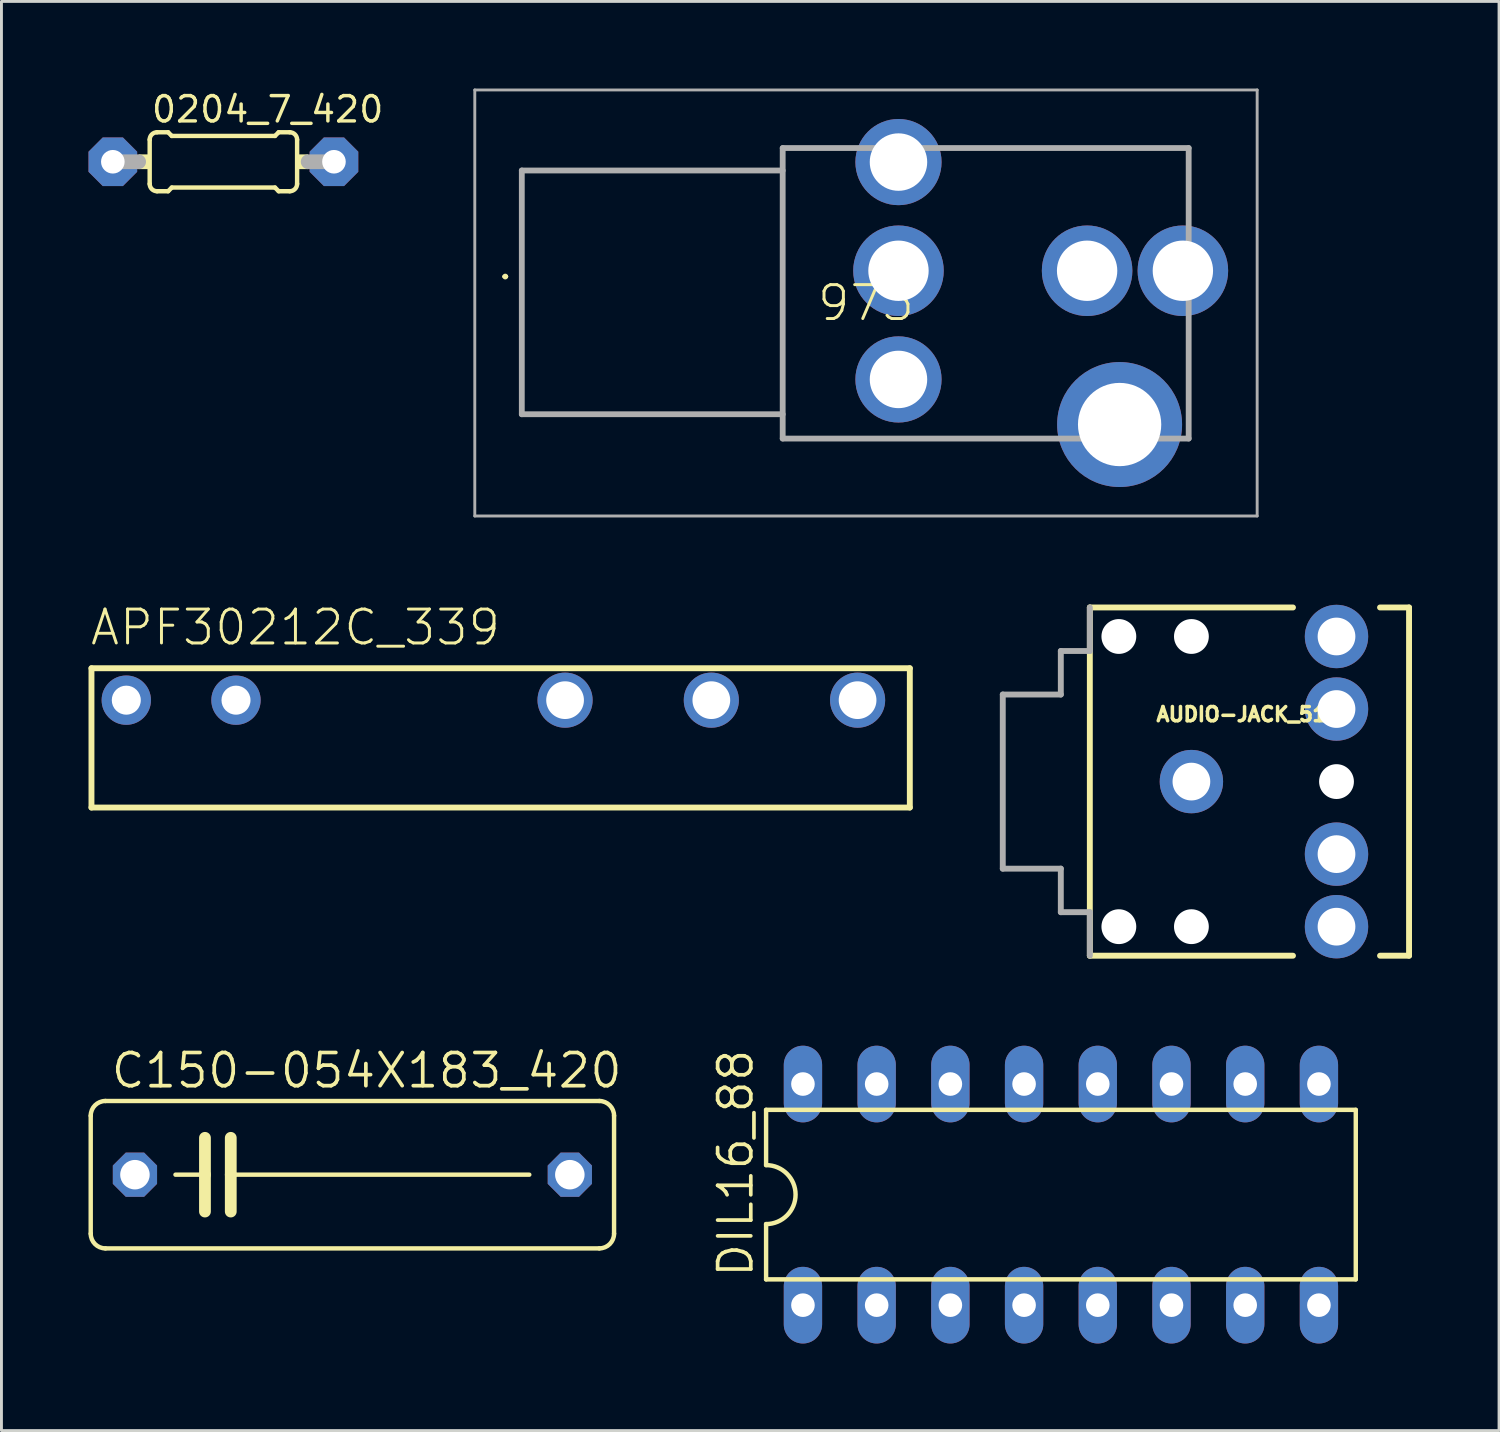
<source format=kicad_pcb>
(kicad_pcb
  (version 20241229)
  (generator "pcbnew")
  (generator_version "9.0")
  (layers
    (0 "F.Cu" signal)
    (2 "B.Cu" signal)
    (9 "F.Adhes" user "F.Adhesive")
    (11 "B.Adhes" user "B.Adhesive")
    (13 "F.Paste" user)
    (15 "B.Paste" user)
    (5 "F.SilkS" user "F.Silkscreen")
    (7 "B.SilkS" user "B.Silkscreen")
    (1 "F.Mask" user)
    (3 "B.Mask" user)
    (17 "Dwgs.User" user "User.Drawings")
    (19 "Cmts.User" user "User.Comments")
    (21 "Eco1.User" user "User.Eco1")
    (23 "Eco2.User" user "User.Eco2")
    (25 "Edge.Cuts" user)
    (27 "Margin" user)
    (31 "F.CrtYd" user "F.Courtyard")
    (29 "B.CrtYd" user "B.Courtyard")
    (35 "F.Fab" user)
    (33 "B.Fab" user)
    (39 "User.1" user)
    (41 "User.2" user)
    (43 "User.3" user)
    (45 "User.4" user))
  (footprint "0204_7_420"
    (layer "F.Cu")
    (at 4.648 2.524)
    (property "Reference" "0204_7_420" (at -2.54 -1.295 0) (unlocked yes) (layer "F.SilkS") (effects (font (size 0.872 0.872) (thickness 0.119)) (justify left bottom)))
    (fp_line (start -2.54 0.762) (end -2.54 -0.762) (stroke (width 0.152) (type solid)) (layer "F.SilkS"))
    (fp_line (start -2.286 -1.016) (end -1.905 -1.016) (stroke (width 0.152) (type solid)) (layer "F.SilkS"))
    (fp_line (start -2.286 1.016) (end -1.905 1.016) (stroke (width 0.152) (type solid)) (layer "F.SilkS"))
    (fp_line (start -1.778 -0.889) (end -1.905 -1.016) (stroke (width 0.152) (type solid)) (layer "F.SilkS"))
    (fp_line (start -1.778 0.889) (end -1.905 1.016) (stroke (width 0.152) (type solid)) (layer "F.SilkS"))
    (fp_line (start 1.778 -0.889) (end -1.778 -0.889) (stroke (width 0.152) (type solid)) (layer "F.SilkS"))
    (fp_line (start 1.778 -0.889) (end 1.905 -1.016) (stroke (width 0.152) (type solid)) (layer "F.SilkS"))
    (fp_line (start 1.778 0.889) (end -1.778 0.889) (stroke (width 0.152) (type solid)) (layer "F.SilkS"))
    (fp_line (start 1.778 0.889) (end 1.905 1.016) (stroke (width 0.152) (type solid)) (layer "F.SilkS"))
    (fp_line (start 2.286 -1.016) (end 1.905 -1.016) (stroke (width 0.152) (type solid)) (layer "F.SilkS"))
    (fp_line (start 2.286 1.016) (end 1.905 1.016) (stroke (width 0.152) (type solid)) (layer "F.SilkS"))
    (fp_line (start 2.54 0.762) (end 2.54 -0.762) (stroke (width 0.152) (type solid)) (layer "F.SilkS"))
    (fp_arc (start -2.54 -0.762) (mid -2.465605 -0.941605) (end -2.286 -1.016) (stroke (width 0.1524) (type solid)) (layer "F.SilkS"))
    (fp_arc (start -2.286 1.016) (mid -2.465605 0.941605) (end -2.54 0.762) (stroke (width 0.1524) (type solid)) (layer "F.SilkS"))
    (fp_arc (start 2.286 -1.016) (mid 2.465605 -0.941605) (end 2.54 -0.762) (stroke (width 0.1524) (type solid)) (layer "F.SilkS"))
    (fp_arc (start 2.54 0.762) (mid 2.465605 0.941605) (end 2.286 1.016) (stroke (width 0.1524) (type solid)) (layer "F.SilkS"))
    (fp_poly (pts (xy -2.921 0.254) (xy -2.54 0.254) (xy -2.54 -0.254) (xy -2.921 -0.254)) (stroke (width 0) (type default)) (fill yes) (layer "F.SilkS"))
    (fp_poly (pts (xy 2.54 0.254) (xy 2.921 0.254) (xy 2.921 -0.254) (xy 2.54 -0.254)) (stroke (width 0) (type default)) (fill yes) (layer "F.SilkS"))
    (fp_line (start -3.81 0) (end -2.921 0) (stroke (width 0.508) (type solid)) (layer "F.Fab"))
    (fp_line (start 3.81 0) (end 2.921 0) (stroke (width 0.508) (type solid)) (layer "F.Fab"))
    (pad "1" thru_hole roundrect (at -3.81 0) (size 1.676 1.676) (drill 0.813) (layers "*.Cu" "*.Mask") (roundrect_rratio 0.25) (chamfer_ratio 0.293) (chamfer top_left top_right bottom_left bottom_right))
    (pad "2" thru_hole roundrect (at 3.81 0) (size 1.676 1.676) (drill 0.813) (layers "*.Cu" "*.Mask") (roundrect_rratio 0.25) (chamfer_ratio 0.293) (chamfer top_left top_right bottom_left bottom_right)))
  (footprint "C150-054X183_420"
    (layer "F.Cu")
    (at 9.093 37.429)
    (property "Reference" "C150-054X183_420" (at -8.382 -2.921 0) (unlocked yes) (layer "F.SilkS") (effects (font (size 1.143 1.143) (thickness 0.127)) (justify left bottom)))
    (fp_line (start -9.017 2.032) (end -9.017 -2.032) (stroke (width 0.152) (type solid)) (layer "F.SilkS"))
    (fp_line (start -8.509 -2.54) (end 8.509 -2.54) (stroke (width 0.152) (type solid)) (layer "F.SilkS"))
    (fp_line (start -5.08 -1.27) (end -5.08 0) (stroke (width 0.406) (type solid)) (layer "F.SilkS"))
    (fp_line (start -5.08 0) (end -6.096 0) (stroke (width 0.152) (type solid)) (layer "F.SilkS"))
    (fp_line (start -5.08 0) (end -5.08 1.27) (stroke (width 0.406) (type solid)) (layer "F.SilkS"))
    (fp_line (start -4.191 -1.27) (end -4.191 0) (stroke (width 0.406) (type solid)) (layer "F.SilkS"))
    (fp_line (start -4.191 0) (end -4.191 1.27) (stroke (width 0.406) (type solid)) (layer "F.SilkS"))
    (fp_line (start -4.191 0) (end 6.096 0) (stroke (width 0.152) (type solid)) (layer "F.SilkS"))
    (fp_line (start 8.509 2.54) (end -8.509 2.54) (stroke (width 0.152) (type solid)) (layer "F.SilkS"))
    (fp_line (start 9.017 -2.032) (end 9.017 2.032) (stroke (width 0.152) (type solid)) (layer "F.SilkS"))
    (fp_arc (start -9.017 -2.032) (mid -8.86821 -2.39121) (end -8.509 -2.54) (stroke (width 0.1524) (type solid)) (layer "F.SilkS"))
    (fp_arc (start -8.509 2.54) (mid -8.86821 2.39121) (end -9.017 2.032) (stroke (width 0.1524) (type solid)) (layer "F.SilkS"))
    (fp_arc (start 8.509 -2.54) (mid 8.86821 -2.39121) (end 9.017 -2.032) (stroke (width 0.1524) (type solid)) (layer "F.SilkS"))
    (fp_arc (start 9.017 2.032) (mid 8.86821 2.39121) (end 8.509 2.54) (stroke (width 0.1524) (type solid)) (layer "F.SilkS"))
    (pad "1" thru_hole roundrect (at -7.493 0) (size 1.524 1.524) (drill 1.016) (layers "*.Cu" "*.Mask") (roundrect_rratio 0.25) (chamfer_ratio 0.293) (chamfer top_left top_right bottom_left bottom_right))
    (pad "2" thru_hole roundrect (at 7.493 0) (size 1.524 1.524) (drill 1.016) (layers "*.Cu" "*.Mask") (roundrect_rratio 0.25) (chamfer_ratio 0.293) (chamfer top_left top_right bottom_left bottom_right)))
  (footprint "973"
    (layer "F.Cu")
    (at 27.911 6.28)
    (property "Reference" "973" (at -1.12 1.111 0) (unlocked yes) (layer "F.SilkS") (effects (font (size 1.168 1.168) (thickness 0.102))))
    (fp_line (start -13.6 0.2) (end -13.6 0.2) (stroke (width 0.1) (type solid)) (layer "F.SilkS"))
    (fp_line (start -13.5 0.2) (end -13.5 0.2) (stroke (width 0.1) (type solid)) (layer "F.SilkS"))
    (fp_line (start -13 -3.455) (end -12.98 4.945) (stroke (width 0.1) (type solid)) (layer "F.SilkS"))
    (fp_line (start -12.98 4.945) (end -3.99 4.945) (stroke (width 0.1) (type solid)) (layer "F.SilkS"))
    (fp_line (start -4 -3.455) (end -13 -3.455) (stroke (width 0.1) (type solid)) (layer "F.SilkS"))
    (fp_line (start -3.99 -4.228) (end -3.99 5.782) (stroke (width 0.1) (type solid)) (layer "F.SilkS"))
    (fp_line (start -3.99 5.782) (end 5.2 5.782) (stroke (width 0.1) (type solid)) (layer "F.SilkS"))
    (fp_line (start -1.8 -4.228) (end -3.99 -4.228) (stroke (width 0.1) (type solid)) (layer "F.SilkS"))
    (fp_line (start 1.8 -4.228) (end 10 -4.228) (stroke (width 0.1) (type solid)) (layer "F.SilkS"))
    (fp_line (start 10 -4.228) (end 10 -1.855) (stroke (width 0.1) (type solid)) (layer "F.SilkS"))
    (fp_line (start 10 1.945) (end 10 5.782) (stroke (width 0.1) (type solid)) (layer "F.SilkS"))
    (fp_arc (start -13.6 0.2) (mid -13.55 0.15) (end -13.5 0.2) (stroke (width 0.1) (type solid)) (layer "F.SilkS"))
    (fp_arc (start -13.5 0.2) (mid -13.55 0.25) (end -13.6 0.2) (stroke (width 0.1) (type solid)) (layer "F.SilkS"))
    (fp_line (start -14.6 -6.23) (end 12.36 -6.23) (stroke (width 0.1) (type solid)) (layer "F.Fab"))
    (fp_line (start -14.6 8.451) (end -14.6 -6.23) (stroke (width 0.1) (type solid)) (layer "F.Fab"))
    (fp_line (start -12.98 -3.455) (end -12.98 4.945) (stroke (width 0.2) (type solid)) (layer "F.Fab"))
    (fp_line (start -12.98 4.945) (end -3.99 4.945) (stroke (width 0.2) (type solid)) (layer "F.Fab"))
    (fp_line (start -3.99 -4.228) (end 10 -4.228) (stroke (width 0.2) (type solid)) (layer "F.Fab"))
    (fp_line (start -3.99 -3.455) (end -12.98 -3.455) (stroke (width 0.2) (type solid)) (layer "F.Fab"))
    (fp_line (start -3.99 5.782) (end -3.99 -4.228) (stroke (width 0.2) (type solid)) (layer "F.Fab"))
    (fp_line (start 10 -4.228) (end 10 5.782) (stroke (width 0.2) (type solid)) (layer "F.Fab"))
    (fp_line (start 10 5.782) (end -3.99 5.782) (stroke (width 0.2) (type solid)) (layer "F.Fab"))
    (fp_line (start 12.36 -6.23) (end 12.36 8.451) (stroke (width 0.1) (type solid)) (layer "F.Fab"))
    (fp_line (start 12.36 8.451) (end -14.6 8.451) (stroke (width 0.1) (type solid)) (layer "F.Fab"))
    (pad "1" thru_hole circle (at 0 0) (size 3.12 3.12) (drill 2.08) (layers "*.Cu" "*.Mask"))
    (pad "2" thru_hole circle (at 6.5 0) (size 3.12 3.12) (drill 2.08) (layers "*.Cu" "*.Mask"))
    (pad "3" thru_hole circle (at 9.8 0) (size 3.12 3.12) (drill 2.08) (layers "*.Cu" "*.Mask"))
    (pad "4" thru_hole circle (at 7.62 5.299) (size 4.305 4.305) (drill 2.87) (layers "*.Cu" "*.Mask"))
    (pad "5" thru_hole circle (at 0 3.745) (size 2.97 2.97) (drill 1.98) (layers "*.Cu" "*.Mask"))
    (pad "6" thru_hole circle (at 0 -3.745) (size 2.97 2.97) (drill 1.98) (layers "*.Cu" "*.Mask")))
  (footprint "APF30212C_339"
    (layer "F.Cu")
    (at 13.902 21.077)
    (property "Reference" "APF30212C_339" (at -13.902 -1.823 0) (unlocked yes) (layer "F.SilkS") (effects (font (size 1.168 1.168) (thickness 0.102)) (justify left bottom)))
    (fp_line (start -13.8 -1.1) (end 14.4 -1.1) (stroke (width 0.203) (type solid)) (layer "F.SilkS"))
    (fp_line (start -13.8 3.7) (end -13.8 -1.1) (stroke (width 0.203) (type solid)) (layer "F.SilkS"))
    (fp_line (start 14.4 -1.1) (end 14.4 3.7) (stroke (width 0.203) (type solid)) (layer "F.SilkS"))
    (fp_line (start 14.4 3.7) (end -13.8 3.7) (stroke (width 0.203) (type solid)) (layer "F.SilkS"))
    (pad "1" thru_hole circle (at -12.6 0) (size 1.7 1.7) (drill 1) (layers "*.Cu" "*.Mask"))
    (pad "2" thru_hole circle (at -8.82 0) (size 1.7 1.7) (drill 1) (layers "*.Cu" "*.Mask"))
    (pad "COM" thru_hole circle (at 7.56 0) (size 1.9 1.9) (drill 1.3) (layers "*.Cu" "*.Mask"))
    (pad "NC" thru_hole circle (at 2.52 0) (size 1.9 1.9) (drill 1.3) (layers "*.Cu" "*.Mask"))
    (pad "NO" thru_hole circle (at 12.6 0) (size 1.9 1.9) (drill 1.3) (layers "*.Cu" "*.Mask")))
  (footprint "DIL16_88"
    (layer "F.Cu")
    (at 33.509 38.115)
    (property "Reference" "DIL16_88" (at -10.541 2.921 90) (unlocked yes) (layer "F.SilkS") (effects (font (size 1.143 1.143) (thickness 0.127)) (justify left bottom)))
    (fp_line (start -10.16 -2.921) (end -10.16 -1.016) (stroke (width 0.152) (type solid)) (layer "F.SilkS"))
    (fp_line (start -10.16 2.921) (end -10.16 1.016) (stroke (width 0.152) (type solid)) (layer "F.SilkS"))
    (fp_line (start -10.16 2.921) (end 10.16 2.921) (stroke (width 0.152) (type solid)) (layer "F.SilkS"))
    (fp_line (start 10.16 -2.921) (end -10.16 -2.921) (stroke (width 0.152) (type solid)) (layer "F.SilkS"))
    (fp_line (start 10.16 -2.921) (end 10.16 2.921) (stroke (width 0.152) (type solid)) (layer "F.SilkS"))
    (fp_arc (start -10.16 -1.016) (mid -9.144 0) (end -10.16 1.016) (stroke (width 0.1524) (type solid)) (layer "F.SilkS"))
    (pad "1" thru_hole oval (at -8.89 3.81 90) (size 2.642 1.321) (drill 0.813) (layers "*.Cu" "*.Mask"))
    (pad "2" thru_hole oval (at -6.35 3.81 90) (size 2.642 1.321) (drill 0.813) (layers "*.Cu" "*.Mask"))
    (pad "3" thru_hole oval (at -3.81 3.81 90) (size 2.642 1.321) (drill 0.813) (layers "*.Cu" "*.Mask"))
    (pad "4" thru_hole oval (at -1.27 3.81 90) (size 2.642 1.321) (drill 0.813) (layers "*.Cu" "*.Mask"))
    (pad "5" thru_hole oval (at 1.27 3.81 90) (size 2.642 1.321) (drill 0.813) (layers "*.Cu" "*.Mask"))
    (pad "6" thru_hole oval (at 3.81 3.81 90) (size 2.642 1.321) (drill 0.813) (layers "*.Cu" "*.Mask"))
    (pad "7" thru_hole oval (at 6.35 3.81 90) (size 2.642 1.321) (drill 0.813) (layers "*.Cu" "*.Mask"))
    (pad "8" thru_hole oval (at 8.89 3.81 90) (size 2.642 1.321) (drill 0.813) (layers "*.Cu" "*.Mask"))
    (pad "9" thru_hole oval (at 8.89 -3.81 90) (size 2.642 1.321) (drill 0.813) (layers "*.Cu" "*.Mask"))
    (pad "10" thru_hole oval (at 6.35 -3.81 90) (size 2.642 1.321) (drill 0.813) (layers "*.Cu" "*.Mask"))
    (pad "11" thru_hole oval (at 3.81 -3.81 90) (size 2.642 1.321) (drill 0.813) (layers "*.Cu" "*.Mask"))
    (pad "12" thru_hole oval (at 1.27 -3.81 90) (size 2.642 1.321) (drill 0.813) (layers "*.Cu" "*.Mask"))
    (pad "13" thru_hole oval (at -1.27 -3.81 90) (size 2.642 1.321) (drill 0.813) (layers "*.Cu" "*.Mask"))
    (pad "14" thru_hole oval (at -3.81 -3.81 90) (size 2.642 1.321) (drill 0.813) (layers "*.Cu" "*.Mask"))
    (pad "15" thru_hole oval (at -6.35 -3.81 90) (size 2.642 1.321) (drill 0.813) (layers "*.Cu" "*.Mask"))
    (pad "16" thru_hole oval (at -8.89 -3.81 90) (size 2.642 1.321) (drill 0.813) (layers "*.Cu" "*.Mask")))
  (footprint "AUDIO-JACK_513"
    (layer "F.Cu")
    (at 38.005 23.883)
    (property "Reference" "AUDIO-JACK_513" (at -1.27 -2.032 0) (unlocked yes) (layer "F.SilkS") (effects (font (size 0.488 0.488) (thickness 0.122)) (justify left bottom)))
    (fp_line (start -3.5 -6) (end -3.5 6) (stroke (width 0.203) (type solid)) (layer "F.SilkS"))
    (fp_line (start -3.5 -6) (end 3.5 -6) (stroke (width 0.203) (type solid)) (layer "F.SilkS"))
    (fp_line (start -3.5 6) (end 3.5 6) (stroke (width 0.203) (type solid)) (layer "F.SilkS"))
    (fp_line (start 7.5 -6) (end 6.5 -6) (stroke (width 0.203) (type solid)) (layer "F.SilkS"))
    (fp_line (start 7.5 -6) (end 7.5 6) (stroke (width 0.203) (type solid)) (layer "F.SilkS"))
    (fp_line (start 7.5 6) (end 6.5 6) (stroke (width 0.203) (type solid)) (layer "F.SilkS"))
    (fp_line (start -6.5 -3) (end -6.5 3) (stroke (width 0.203) (type solid)) (layer "F.Fab"))
    (fp_line (start -6.5 -3) (end -4.5 -3) (stroke (width 0.203) (type solid)) (layer "F.Fab"))
    (fp_line (start -6.5 3) (end -4.5 3) (stroke (width 0.203) (type solid)) (layer "F.Fab"))
    (fp_line (start -4.5 -4.5) (end -4.5 -3) (stroke (width 0.203) (type solid)) (layer "F.Fab"))
    (fp_line (start -4.5 -4.5) (end -3.5 -4.5) (stroke (width 0.203) (type solid)) (layer "F.Fab"))
    (fp_line (start -4.5 3) (end -4.5 4.5) (stroke (width 0.203) (type solid)) (layer "F.Fab"))
    (fp_line (start -4.5 4.5) (end -3.5 4.5) (stroke (width 0.203) (type solid)) (layer "F.Fab"))
    (fp_line (start -3.5 -6) (end -3.5 -4.5) (stroke (width 0.203) (type solid)) (layer "F.Fab"))
    (fp_line (start -3.5 4.5) (end -3.5 6) (stroke (width 0.203) (type solid)) (layer "F.Fab"))
    (pad "" np_thru_hole circle (at -2.5 -5) (size 1.2 1.2) (drill 1.2) (layers "*.Cu" "*.Mask"))
    (pad "" np_thru_hole circle (at -2.5 5) (size 1.2 1.2) (drill 1.2) (layers "*.Cu" "*.Mask"))
    (pad "" np_thru_hole circle (at 0 -5) (size 1.2 1.2) (drill 1.2) (layers "*.Cu" "*.Mask"))
    (pad "" np_thru_hole circle (at 0 5) (size 1.2 1.2) (drill 1.2) (layers "*.Cu" "*.Mask"))
    (pad "" np_thru_hole circle (at 5 0) (size 1.2 1.2) (drill 1.2) (layers "*.Cu" "*.Mask"))
    (pad "RING" thru_hole circle (at 5 -5) (size 2.184 2.184) (drill 1.3) (layers "*.Cu" "*.Mask"))
    (pad "RSH" thru_hole circle (at 5 -2.5) (size 2.184 2.184) (drill 1.3) (layers "*.Cu" "*.Mask"))
    (pad "SLEEVE" thru_hole circle (at 0 0) (size 2.184 2.184) (drill 1.3) (layers "*.Cu" "*.Mask"))
    (pad "TIP" thru_hole circle (at 5 5) (size 2.184 2.184) (drill 1.3) (layers "*.Cu" "*.Mask"))
    (pad "TSH" thru_hole circle (at 5 2.5) (size 2.184 2.184) (drill 1.3) (layers "*.Cu" "*.Mask")))
  (gr_rect
    (start -3 -3)
    (end 48.606 46.246)
    (stroke (width 0.1) (type default))
    (fill no)
    (layer "Edge.Cuts")))
</source>
